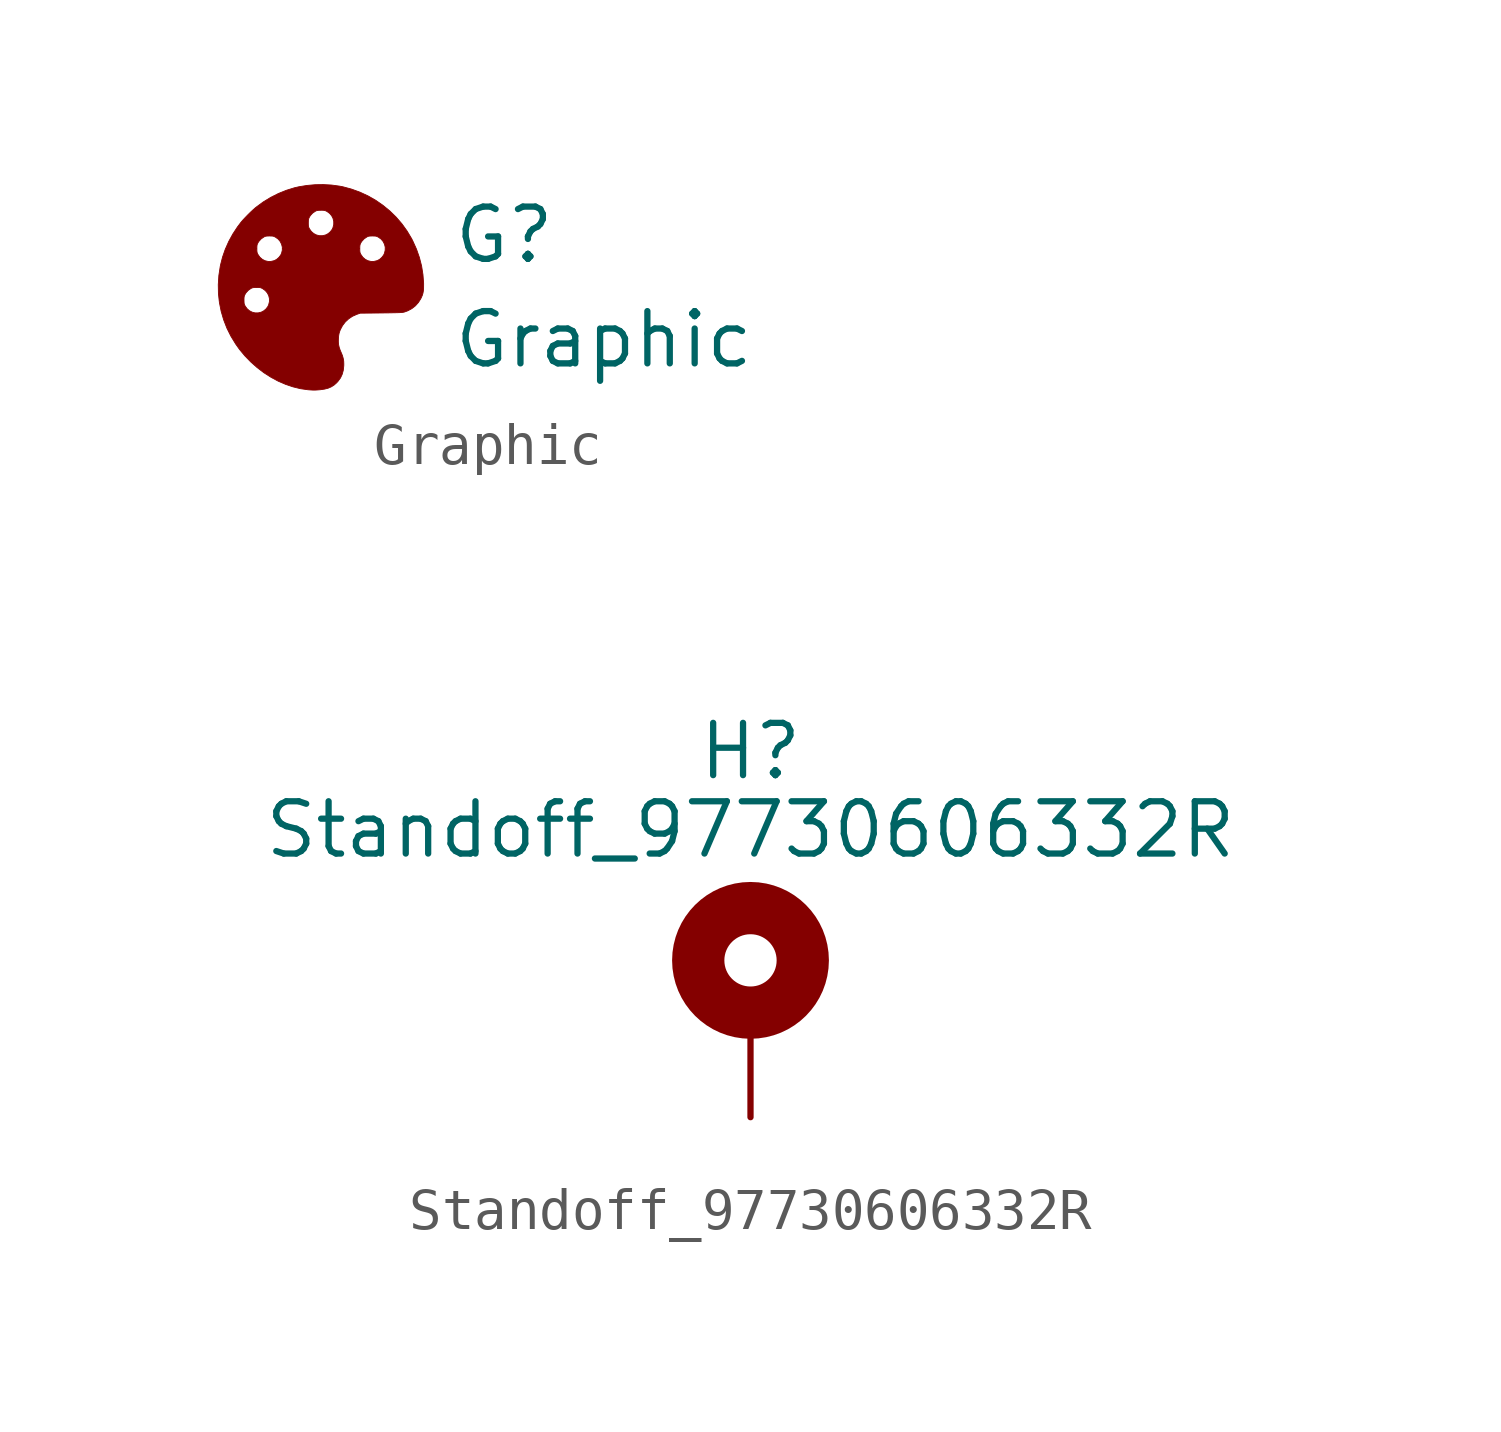
<source format=kicad_sym>
(kicad_symbol_lib
  (version 20220914)
  (generator kicad_symbol_editor)
  (symbol "Graphic"
    (pin_names
      (offset 1.016))
    (property "Reference" "G"
      (at 3.175 1.27 0)
      (effects (font (size 1.27 1.27)) (justify left)))
    (property "Value" "Graphic"
      (at 3.175 -1.27 0)
      (effects (font (size 1.27 1.27)) (justify left)))
    (symbol "Graphic_0_0"
      (polyline (pts (xy -0.088 -2.496) (xy -0.024 -2.491) (xy -0.015 -2.49) (xy 0.087 -2.475) (xy 0.174 -2.453) (xy 0.25 -2.42) (xy 0.318 -2.377) (xy 0.381 -2.321) (xy 0.413 -2.286) (xy 0.473 -2.205) (xy 0.515 -2.116) (xy 0.542 -2.019) (xy 0.554 -1.91) (xy 0.555 -1.866) (xy 0.552 -1.793) (xy 0.54 -1.726) (xy 0.52 -1.657) (xy 0.488 -1.58) (xy 0.465 -1.526) (xy 0.442 -1.459) (xy 0.428 -1.396) (xy 0.422 -1.331) (xy 0.423 -1.255) (xy 0.424 -1.236) (xy 0.43 -1.175) (xy 0.439 -1.124) (xy 0.453 -1.077) (xy 0.47 -1.032) (xy 0.523 -0.932) (xy 0.591 -0.843) (xy 0.673 -0.767) (xy 0.766 -0.705) (xy 0.87 -0.659) (xy 0.953 -0.63) (xy 1.46 -0.625) (xy 1.516 -0.624) (xy 1.623 -0.623) (xy 1.713 -0.621) (xy 1.788 -0.62) (xy 1.849 -0.618) (xy 1.899 -0.617) (xy 1.938 -0.615) (xy 1.968 -0.612) (xy 1.992 -0.61) (xy 2.01 -0.606) (xy 2.025 -0.603) (xy 2.11 -0.572) (xy 2.208 -0.519) (xy 2.295 -0.451) (xy 2.368 -0.369) (xy 2.428 -0.273) (xy 2.436 -0.255) (xy 2.461 -0.2) (xy 2.477 -0.147) (xy 2.488 -0.09) (xy 2.493 -0.025) (xy 2.494 0.054) (xy 2.494 0.098) (xy 2.478 0.308) (xy 2.445 0.517) (xy 2.392 0.723) (xy 2.321 0.926) (xy 2.232 1.123) (xy 2.203 1.181) (xy 2.092 1.367) (xy 1.966 1.542) (xy 1.826 1.705) (xy 1.672 1.855) (xy 1.506 1.991) (xy 1.329 2.114) (xy 1.143 2.22) (xy 0.946 2.311) (xy 0.742 2.385) (xy 0.531 2.442) (xy 0.447 2.458) (xy 0.256 2.484) (xy 0.059 2.495) (xy -0.142 2.492) (xy -0.342 2.474) (xy -0.537 2.442) (xy -0.646 2.417) (xy -0.842 2.356) (xy -1.035 2.278) (xy -1.223 2.183) (xy -1.403 2.073) (xy -1.573 1.948) (xy -1.591 1.934) (xy -1.648 1.884) (xy -1.712 1.824) (xy -1.777 1.76) (xy -1.841 1.694) (xy -1.898 1.633) (xy -1.944 1.579) (xy -1.956 1.563) (xy -0.308 1.563) (xy -0.307 1.596) (xy -0.306 1.631) (xy -0.301 1.658) (xy -0.293 1.681) (xy -0.279 1.708) (xy -0.258 1.742) (xy -0.203 1.802) (xy -0.135 1.848) (xy -0.131 1.851) (xy -0.107 1.861) (xy -0.081 1.867) (xy -0.047 1.87) (xy 0 1.871) (xy 0.033 1.871) (xy 0.069 1.869) (xy 0.095 1.864) (xy 0.118 1.856) (xy 0.145 1.842) (xy 0.147 1.841) (xy 0.21 1.795) (xy 0.259 1.738) (xy 0.293 1.672) (xy 0.31 1.6) (xy 0.31 1.525) (xy 0.291 1.449) (xy 0.271 1.406) (xy 0.228 1.35) (xy 0.174 1.303) (xy 0.114 1.272) (xy 0.113 1.271) (xy 0.037 1.253) (xy -0.038 1.253) (xy -0.11 1.271) (xy -0.176 1.305) (xy -0.233 1.354) (xy -0.279 1.418) (xy -0.289 1.437) (xy -0.299 1.461) (xy -0.305 1.486) (xy -0.307 1.518) (xy -0.308 1.563) (xy -1.956 1.563) (xy -2.028 1.468) (xy -2.141 1.296) (xy -2.241 1.114) (xy -2.319 0.938) (xy -1.558 0.938) (xy -1.558 0.971) (xy -1.556 1.006) (xy -1.552 1.032) (xy -1.543 1.056) (xy -1.53 1.083) (xy -1.508 1.116) (xy -1.453 1.176) (xy -1.385 1.223) (xy -1.381 1.225) (xy -1.357 1.236) (xy -1.331 1.242) (xy -1.298 1.245) (xy -1.25 1.246) (xy -1.217 1.245) (xy -1.182 1.244) (xy -1.155 1.239) (xy -1.132 1.23) (xy -1.105 1.217) (xy -1.104 1.216) (xy -1.04 1.17) (xy -0.991 1.112) (xy -0.958 1.046) (xy -0.94 0.975) (xy -0.94 0.938) (xy 0.943 0.938) (xy 0.943 0.971) (xy 0.945 1.006) (xy 0.949 1.032) (xy 0.958 1.056) (xy 0.971 1.083) (xy 0.993 1.116) (xy 1.048 1.176) (xy 1.116 1.223) (xy 1.12 1.225) (xy 1.144 1.236) (xy 1.169 1.242) (xy 1.203 1.245) (xy 1.25 1.246) (xy 1.284 1.245) (xy 1.319 1.244) (xy 1.345 1.239) (xy 1.369 1.23) (xy 1.396 1.217) (xy 1.397 1.216) (xy 1.461 1.17) (xy 1.51 1.112) (xy 1.543 1.046) (xy 1.561 0.975) (xy 1.56 0.899) (xy 1.542 0.824) (xy 1.521 0.781) (xy 1.478 0.725) (xy 1.425 0.678) (xy 1.365 0.646) (xy 1.363 0.646) (xy 1.287 0.628) (xy 1.212 0.628) (xy 1.14 0.645) (xy 1.075 0.679) (xy 1.017 0.729) (xy 0.972 0.793) (xy 0.961 0.812) (xy 0.951 0.836) (xy 0.946 0.861) (xy 0.943 0.893) (xy 0.943 0.938) (xy -0.94 0.938) (xy -0.94 0.899) (xy -0.959 0.824) (xy -0.98 0.781) (xy -1.023 0.725) (xy -1.077 0.678) (xy -1.136 0.646) (xy -1.138 0.646) (xy -1.214 0.628) (xy -1.289 0.628) (xy -1.361 0.645) (xy -1.426 0.679) (xy -1.484 0.729) (xy -1.529 0.793) (xy -1.54 0.812) (xy -1.55 0.836) (xy -1.555 0.861) (xy -1.558 0.893) (xy -1.558 0.938) (xy -2.319 0.938) (xy -2.325 0.926) (xy -2.392 0.734) (xy -2.441 0.542) (xy -2.448 0.508) (xy -2.482 0.285) (xy -2.496 0.063) (xy -2.492 -0.156) (xy -2.475 -0.313) (xy -1.871 -0.313) (xy -1.871 -0.28) (xy -1.869 -0.244) (xy -1.864 -0.218) (xy -1.856 -0.195) (xy -1.842 -0.168) (xy -1.821 -0.134) (xy -1.766 -0.074) (xy -1.698 -0.027) (xy -1.694 -0.025) (xy -1.67 -0.015) (xy -1.644 -0.009) (xy -1.611 -0.006) (xy -1.563 -0.005) (xy -1.53 -0.005) (xy -1.494 -0.007) (xy -1.468 -0.011) (xy -1.445 -0.02) (xy -1.418 -0.034) (xy -1.416 -0.035) (xy -1.353 -0.081) (xy -1.304 -0.138) (xy -1.27 -0.204) (xy -1.253 -0.276) (xy -1.253 -0.351) (xy -1.272 -0.427) (xy -1.292 -0.47) (xy -1.335 -0.526) (xy -1.389 -0.572) (xy -1.449 -0.604) (xy -1.451 -0.605) (xy -1.526 -0.623) (xy -1.601 -0.623) (xy -1.673 -0.605) (xy -1.739 -0.571) (xy -1.796 -0.521) (xy -1.842 -0.458) (xy -1.852 -0.438) (xy -1.862 -0.415) (xy -1.868 -0.39) (xy -1.87 -0.358) (xy -1.871 -0.313) (xy -2.475 -0.313) (xy -2.468 -0.372) (xy -2.426 -0.584) (xy -2.365 -0.792) (xy -2.286 -0.995) (xy -2.188 -1.191) (xy -2.071 -1.382) (xy -1.981 -1.509) (xy -1.849 -1.668) (xy -1.705 -1.816) (xy -1.551 -1.952) (xy -1.389 -2.076) (xy -1.219 -2.185) (xy -1.044 -2.28) (xy -0.864 -2.358) (xy -0.682 -2.42) (xy -0.498 -2.465) (xy -0.314 -2.491) (xy -0.248 -2.496) (xy -0.192 -2.499) (xy -0.142 -2.499) (xy -0.088 -2.496)) (stroke (width 0.01) (type default)) (fill (type outline)))))
  (symbol "Standoff_97730606332R"
    (pin_numbers hide)
    (pin_names
      (offset 1.016) hide)
    (property "Reference" "H"
      (at 0 6.35 0)
      (effects (font (size 1.27 1.27))))
    (property "Value" "Standoff_97730606332R"
      (at 0 4.445 0)
      (effects (font (size 1.27 1.27))))
    (symbol "Standoff_97730606332R_0_1"
      (circle (center 0 1.27) (radius 1.27) (stroke (width 1.27) (type default)) (fill (type none))))
    (symbol "Standoff_97730606332R_1_1"
      (pin input line (at 0 -2.54 90) (length 2.54) (name "1" (effects (font (size 1.27 1.27)))) (number "1" (effects (font (size 1.27 1.27))))))))
</source>
